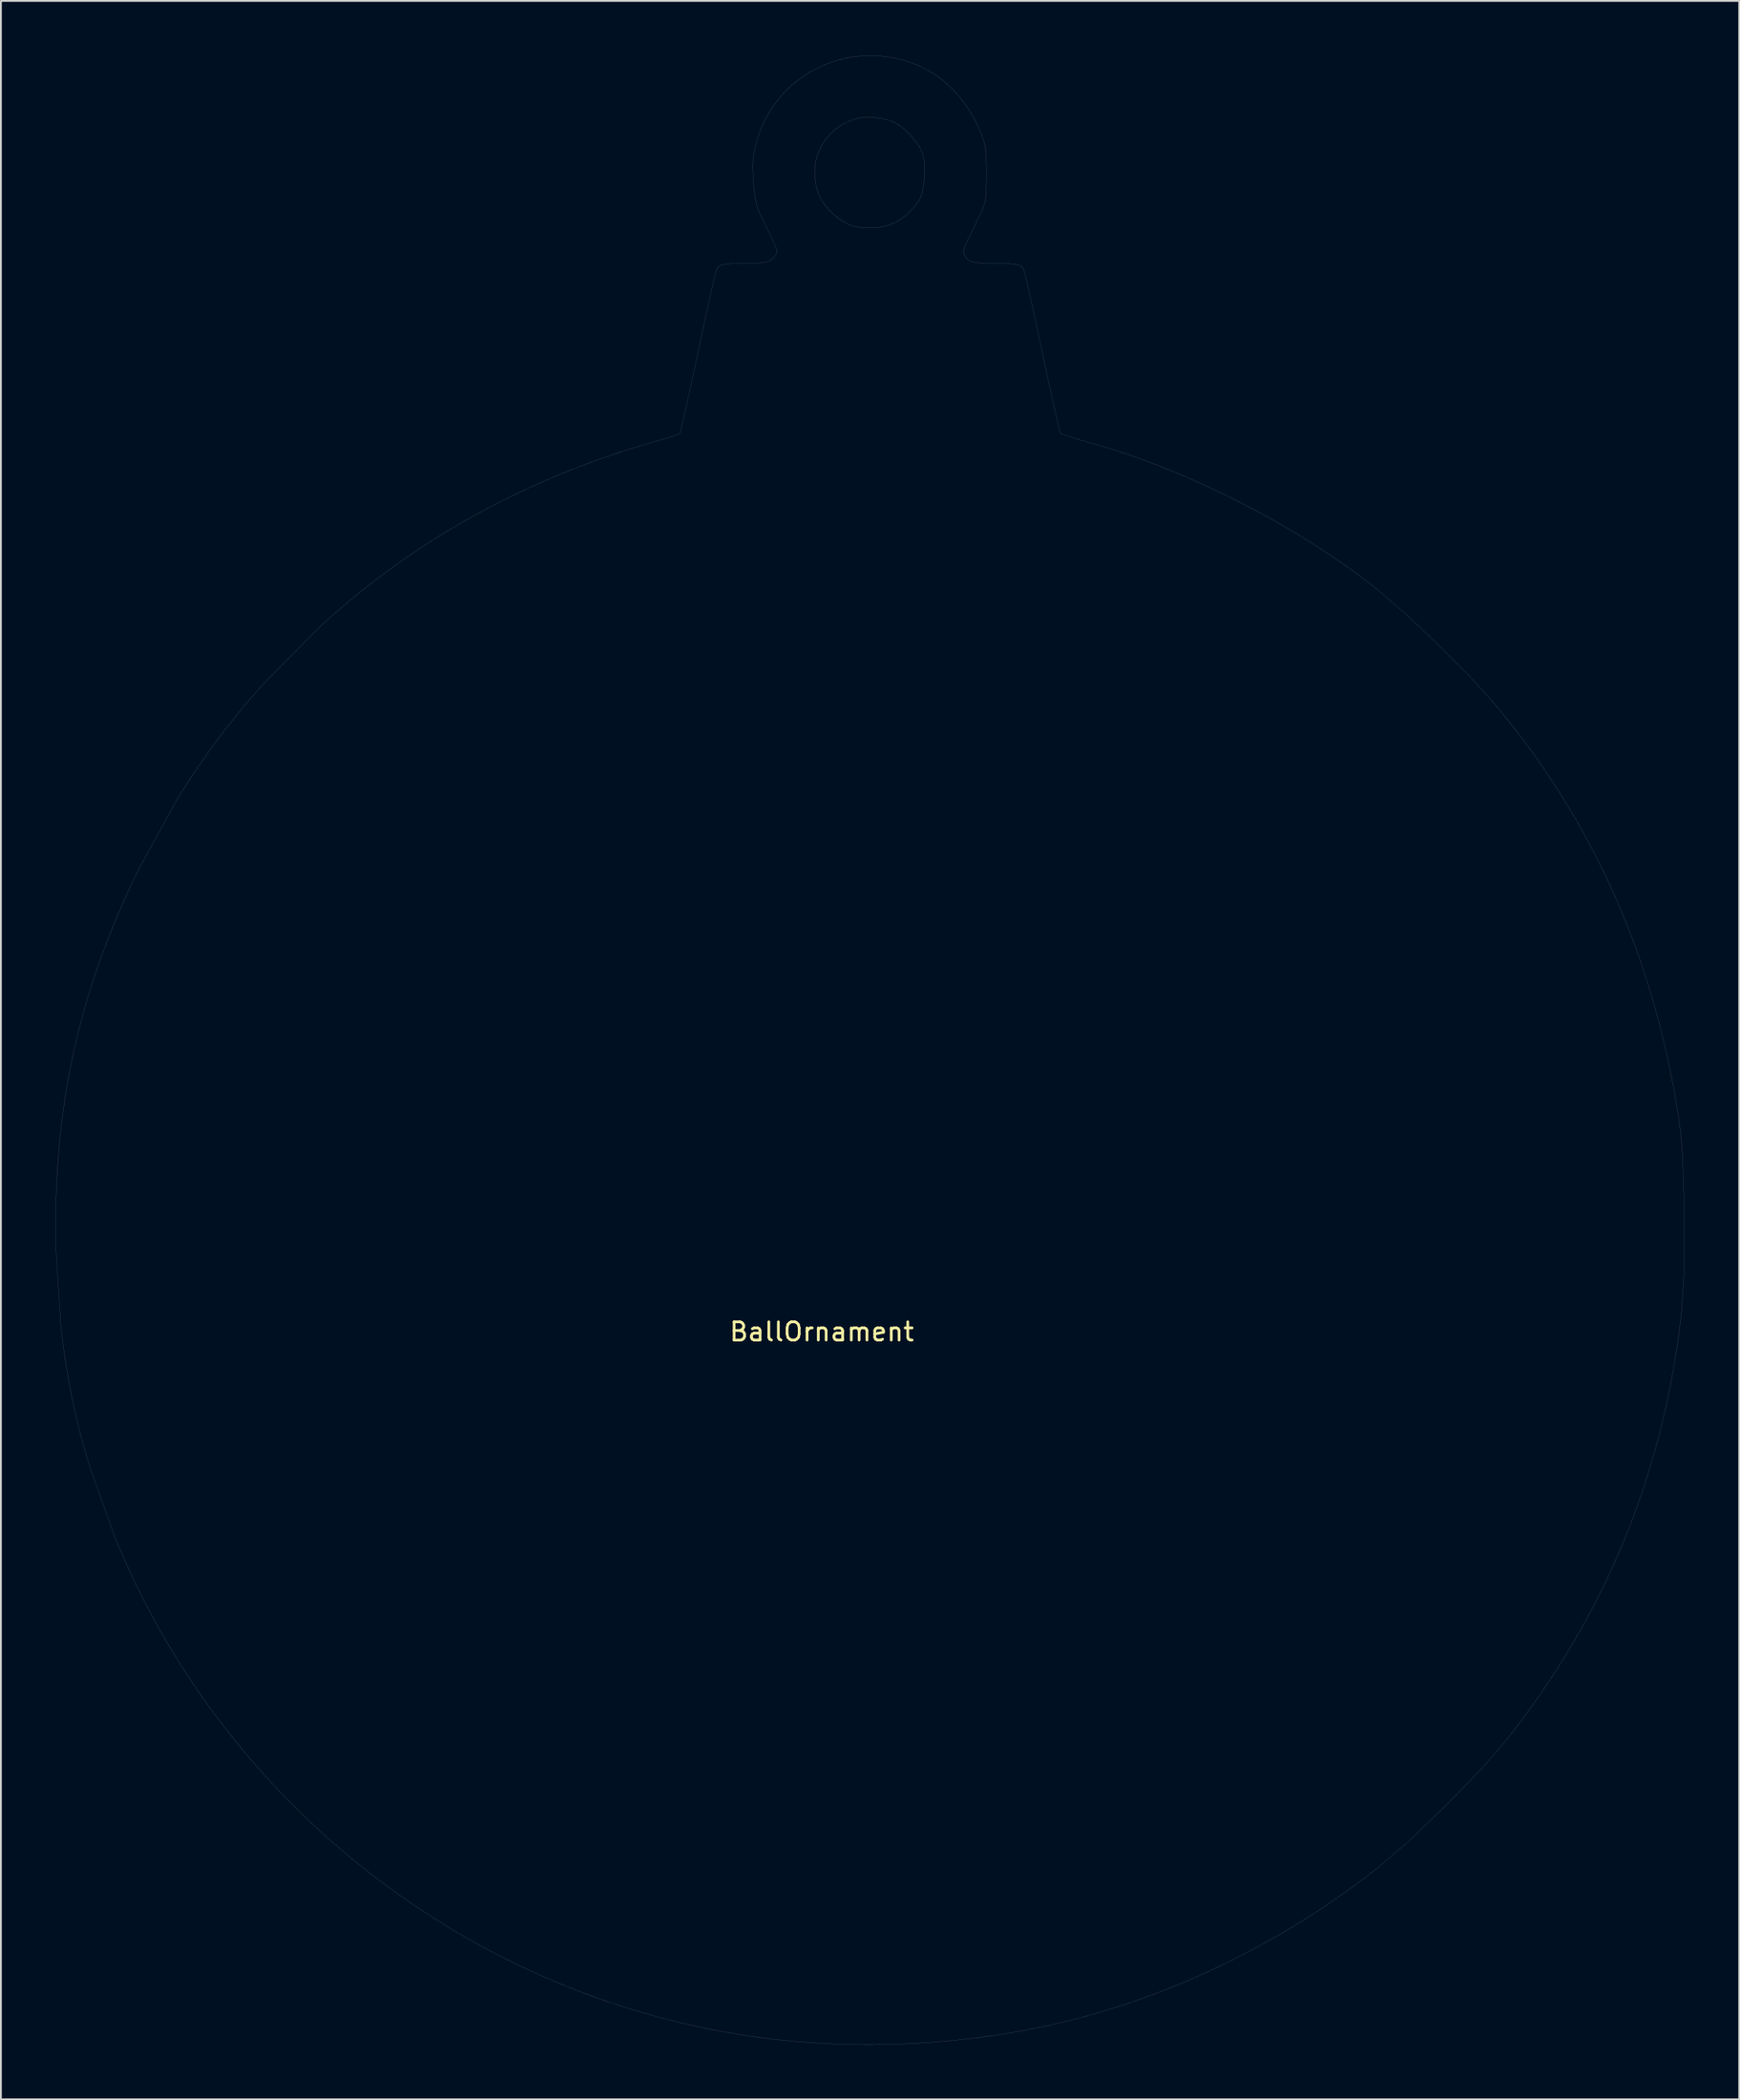
<source format=kicad_pcb>
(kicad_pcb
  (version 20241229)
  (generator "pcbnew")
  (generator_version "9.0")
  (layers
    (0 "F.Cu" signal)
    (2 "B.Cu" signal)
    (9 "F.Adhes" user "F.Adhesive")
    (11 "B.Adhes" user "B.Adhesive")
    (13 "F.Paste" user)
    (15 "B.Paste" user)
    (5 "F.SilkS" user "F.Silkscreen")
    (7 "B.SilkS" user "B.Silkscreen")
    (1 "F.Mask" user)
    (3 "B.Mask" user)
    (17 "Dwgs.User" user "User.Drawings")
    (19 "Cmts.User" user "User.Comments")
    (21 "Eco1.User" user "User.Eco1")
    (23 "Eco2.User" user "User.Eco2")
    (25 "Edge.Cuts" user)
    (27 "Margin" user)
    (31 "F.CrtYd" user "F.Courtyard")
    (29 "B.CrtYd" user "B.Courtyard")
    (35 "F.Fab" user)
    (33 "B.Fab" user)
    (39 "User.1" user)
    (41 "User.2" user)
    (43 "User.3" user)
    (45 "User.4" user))
  (footprint "BallOrnament"
    (layer "F.Cu")
    (at 42.02 69.467)
    (property "Reference" "BallOrnament" (at 0 0.5 0) (layer "F.SilkS") (effects (font (size 1 1) (thickness 0.15))))
    (attr through_hole)
    (fp_line (start -41.729 0.191) (end -42.002 -4.002) (stroke (width 0.004) (type solid)) (layer "Edge.Cuts"))
    (fp_line (start -38.8 11.682) (end -40.164 7.856) (stroke (width 0.004) (type solid)) (layer "Edge.Cuts"))
    (fp_line (start -37.468 -24.843) (end -35.422 -28.577) (stroke (width 0.004) (type solid)) (layer "Edge.Cuts"))
    (fp_line (start -30.575 -35.073) (end -27.571 -38.107) (stroke (width 0.004) (type solid)) (layer "Edge.Cuts"))
    (fp_line (start -8.821 -48.403) (end -8.468 -48.506) (stroke (width 0.004) (type solid)) (layer "Edge.Cuts"))
    (fp_line (start -8.468 -48.506) (end -8.151 -48.609) (stroke (width 0.004) (type solid)) (layer "Edge.Cuts"))
    (fp_line (start -8.151 -48.609) (end -7.891 -48.704) (stroke (width 0.004) (type solid)) (layer "Edge.Cuts"))
    (fp_line (start -7.748 -48.857) (end -7.462 -50.097) (stroke (width 0.004) (type solid)) (layer "Edge.Cuts"))
    (fp_line (start -7.462 -50.097) (end -7.147 -51.513) (stroke (width 0.004) (type solid)) (layer "Edge.Cuts"))
    (fp_line (start -7.147 -51.513) (end -6.795 -53.173) (stroke (width 0.004) (type solid)) (layer "Edge.Cuts"))
    (fp_line (start -6.795 -53.173) (end -6.439 -54.847) (stroke (width 0.004) (type solid)) (layer "Edge.Cuts"))
    (fp_line (start -6.439 -54.847) (end -6.115 -56.304) (stroke (width 0.004) (type solid)) (layer "Edge.Cuts"))
    (fp_line (start -6.115 -56.304) (end -5.827 -57.55) (stroke (width 0.004) (type solid)) (layer "Edge.Cuts"))
    (fp_line (start -5.024 -58.058) (end -4.29 -58.068) (stroke (width 0.004) (type solid)) (layer "Edge.Cuts"))
    (fp_line (start -4.29 -58.068) (end -3.635 -58.08) (stroke (width 0.004) (type solid)) (layer "Edge.Cuts"))
    (fp_line (start -3.756 -62.6) (end -3.782 -63.305) (stroke (width 0.004) (type solid)) (layer "Edge.Cuts"))
    (fp_line (start -3.688 -61.857) (end -3.756 -62.6) (stroke (width 0.004) (type solid)) (layer "Edge.Cuts"))
    (fp_line (start -3.674 -64.341) (end -3.514 -64.94) (stroke (width 0.004) (type solid)) (layer "Edge.Cuts"))
    (fp_line (start -3.061 -60.106) (end -3.398 -60.816) (stroke (width 0.004) (type solid)) (layer "Edge.Cuts"))
    (fp_line (start -2.825 -59.629) (end -3.061 -60.106) (stroke (width 0.004) (type solid)) (layer "Edge.Cuts"))
    (fp_line (start -2.626 -59.201) (end -2.825 -59.629) (stroke (width 0.004) (type solid)) (layer "Edge.Cuts"))
    (fp_line (start -2.468 -58.838) (end -2.626 -59.201) (stroke (width 0.004) (type solid)) (layer "Edge.Cuts"))
    (fp_line (start 8.392 -60.15) (end 7.936 -59.225) (stroke (width 0.004) (type solid)) (layer "Edge.Cuts"))
    (fp_line (start 8.59 -65.542) (end 8.832 -64.954) (stroke (width 0.004) (type solid)) (layer "Edge.Cuts"))
    (fp_line (start 8.786 -60.968) (end 8.392 -60.15) (stroke (width 0.004) (type solid)) (layer "Edge.Cuts"))
    (fp_line (start 8.894 -58.079) (end 9.56 -58.068) (stroke (width 0.004) (type solid)) (layer "Edge.Cuts"))
    (fp_line (start 9.012 -63.939) (end 9.028 -63) (stroke (width 0.004) (type solid)) (layer "Edge.Cuts"))
    (fp_line (start 9.028 -63) (end 9.013 -61.974) (stroke (width 0.004) (type solid)) (layer "Edge.Cuts"))
    (fp_line (start 9.56 -58.068) (end 10.307 -58.059) (stroke (width 0.004) (type solid)) (layer "Edge.Cuts"))
    (fp_line (start 11.126 -57.569) (end 11.414 -56.321) (stroke (width 0.004) (type solid)) (layer "Edge.Cuts"))
    (fp_line (start 11.414 -56.321) (end 11.739 -54.863) (stroke (width 0.004) (type solid)) (layer "Edge.Cuts"))
    (fp_line (start 11.739 -54.863) (end 12.095 -53.187) (stroke (width 0.004) (type solid)) (layer "Edge.Cuts"))
    (fp_line (start 12.095 -53.187) (end 12.449 -51.522) (stroke (width 0.004) (type solid)) (layer "Edge.Cuts"))
    (fp_line (start 12.449 -51.522) (end 12.766 -50.103) (stroke (width 0.004) (type solid)) (layer "Edge.Cuts"))
    (fp_line (start 12.766 -50.103) (end 13.054 -48.86) (stroke (width 0.004) (type solid)) (layer "Edge.Cuts"))
    (fp_line (start 13.207 -48.702) (end 13.614 -48.567) (stroke (width 0.004) (type solid)) (layer "Edge.Cuts"))
    (fp_line (start 13.614 -48.567) (end 14.1 -48.415) (stroke (width 0.004) (type solid)) (layer "Edge.Cuts"))
    (fp_line (start 14.1 -48.415) (end 14.654 -48.256) (stroke (width 0.004) (type solid)) (layer "Edge.Cuts"))
    (fp_line (start 30.554 -40.124) (end 31.952 -38.924) (stroke (width 0.004) (type solid)) (layer "Edge.Cuts"))
    (fp_line (start 31.952 -38.924) (end 33.749 -37.225) (stroke (width 0.004) (type solid)) (layer "Edge.Cuts"))
    (fp_line (start 32.152 28.467) (end 30.554 29.839) (stroke (width 0.004) (type solid)) (layer "Edge.Cuts"))
    (fp_line (start 33.749 -37.225) (end 35.504 -35.466) (stroke (width 0.004) (type solid)) (layer "Edge.Cuts"))
    (fp_line (start 34.196 26.503) (end 32.152 28.467) (stroke (width 0.004) (type solid)) (layer "Edge.Cuts"))
    (fp_line (start 35.504 -35.466) (end 36.775 -34.068) (stroke (width 0.004) (type solid)) (layer "Edge.Cuts"))
    (fp_line (start 36.164 24.483) (end 34.196 26.503) (stroke (width 0.004) (type solid)) (layer "Edge.Cuts"))
    (fp_line (start 37.507 22.932) (end 36.164 24.483) (stroke (width 0.004) (type solid)) (layer "Edge.Cuts"))
    (fp_line (start 47.211 -9.046) (end 47.312 -6.001) (stroke (width 0.004) (type solid)) (layer "Edge.Cuts"))
    (fp_line (start 47.301 -2.921) (end 47.153 -0.618) (stroke (width 0.004) (type solid)) (layer "Edge.Cuts"))
    (fp_line (start 47.312 -6.001) (end 47.301 -2.921) (stroke (width 0.004) (type solid)) (layer "Edge.Cuts"))
    (fp_arc (start -42.002092 -4.002493) (mid -41.99507 -6.777361) (end -41.833978 -9.547558) (stroke (width 0.0045) (type solid)) (layer "Edge.Cuts"))
    (fp_arc (start -41.833977 -9.547558) (mid -41.522781 -12.17365) (end -41.043821 -14.774381) (stroke (width 0.0045) (type solid)) (layer "Edge.Cuts"))
    (fp_arc (start -41.128081 4.084906) (mid -41.475509 2.145368) (end -41.728935 0.191324) (stroke (width 0.0045) (type solid)) (layer "Edge.Cuts"))
    (fp_arc (start -41.043822 -14.774381) (mid -40.40246 -17.323088) (end -39.59783 -19.825051) (stroke (width 0.0045) (type solid)) (layer "Edge.Cuts"))
    (fp_arc (start -40.163752 7.856104) (mid -40.692082 5.98231) (end -41.128081 4.084906) (stroke (width 0.0045) (type solid)) (layer "Edge.Cuts"))
    (fp_arc (start -39.597829 -19.825051) (mid -38.60569 -22.364858) (end -37.468291 -24.84302) (stroke (width 0.0045) (type solid)) (layer "Edge.Cuts"))
    (fp_arc (start -35.421592 -28.577318) (mid -34.33068 -30.287196) (end -33.157697 -31.94185) (stroke (width 0.0045) (type solid)) (layer "Edge.Cuts"))
    (fp_arc (start -33.236843 21.555052) (mid -36.333838 16.796237) (end -38.800022 11.68198) (stroke (width 0.0045) (type solid)) (layer "Edge.Cuts"))
    (fp_arc (start -33.157696 -31.94185) (mid -31.904311 -33.538864) (end -30.574633 -35.072939) (stroke (width 0.0045) (type solid)) (layer "Edge.Cuts"))
    (fp_arc (start -27.570676 -38.107152) (mid -25.576924 -39.845948) (end -23.4782 -41.456482) (stroke (width 0.0045) (type solid)) (layer "Edge.Cuts"))
    (fp_arc (start -25.34687 29.737175) (mid -29.550935 25.895942) (end -33.236843 21.555053) (stroke (width 0.0045) (type solid)) (layer "Edge.Cuts"))
    (fp_arc (start -23.4782 -41.456482) (mid -21.258812 -42.951963) (end -18.953025 -44.310453) (stroke (width 0.0045) (type solid)) (layer "Edge.Cuts"))
    (fp_arc (start -18.953025 -44.310453) (mid -16.5351 -45.545799) (end -14.047856 -46.634864) (stroke (width 0.0045) (type solid)) (layer "Edge.Cuts"))
    (fp_arc (start -15.666104 35.679245) (mid -20.694776 33.014969) (end -25.34687 29.737175) (stroke (width 0.0045) (type solid)) (layer "Edge.Cuts"))
    (fp_arc (start -14.047856 -46.634864) (mid -11.459361 -47.593012) (end -8.820676 -48.402761) (stroke (width 0.0045) (type solid)) (layer "Edge.Cuts"))
    (fp_arc (start -7.806395 -48.756408) (mid -7.846369 -48.726099) (end -7.891355 -48.703901) (stroke (width 0.0045) (type solid)) (layer "Edge.Cuts"))
    (fp_arc (start -7.747862 -48.856924) (mid -7.769545 -48.80225) (end -7.806395 -48.756408) (stroke (width 0.0045) (type solid)) (layer "Edge.Cuts"))
    (fp_arc (start -5.826657 -57.549692) (mid -5.791304 -57.665938) (end -5.741094 -57.776581) (stroke (width 0.0045) (type solid)) (layer "Edge.Cuts"))
    (fp_arc (start -5.741094 -57.776581) (mid -5.680295 -57.862416) (end -5.600163 -57.930556) (stroke (width 0.0045) (type solid)) (layer "Edge.Cuts"))
    (fp_arc (start -5.600163 -57.930556) (mid -5.49818 -57.98422) (end -5.38787 -58.017568) (stroke (width 0.0045) (type solid)) (layer "Edge.Cuts"))
    (fp_arc (start -5.38787 -58.017568) (mid -5.206894 -58.045866) (end -5.024154 -58.058494) (stroke (width 0.0045) (type solid)) (layer "Edge.Cuts"))
    (fp_arc (start -4.845676 38.976359) (mid -10.361666 37.674937) (end -15.666104 35.679245) (stroke (width 0.0045) (type solid)) (layer "Edge.Cuts"))
    (fp_arc (start -3.781833 -63.305301) (mid -3.777298 -63.57236) (end -3.757498 -63.838722) (stroke (width 0.0045) (type solid)) (layer "Edge.Cuts"))
    (fp_arc (start -3.757498 -63.838723) (mid -3.72356 -64.091154) (end -3.674132 -64.341014) (stroke (width 0.0045) (type solid)) (layer "Edge.Cuts"))
    (fp_arc (start -3.583216 -61.330498) (mid -3.645408 -61.591595) (end -3.687673 -61.856649) (stroke (width 0.0045) (type solid)) (layer "Edge.Cuts"))
    (fp_arc (start -3.514332 -64.940487) (mid -3.027515 -66.10718) (end -2.317751 -67.153315) (stroke (width 0.0045) (type solid)) (layer "Edge.Cuts"))
    (fp_arc (start -3.398411 -60.816062) (mid -3.50023 -61.069898) (end -3.583216 -61.330499) (stroke (width 0.0045) (type solid)) (layer "Edge.Cuts"))
    (fp_arc (start -3.210766 -58.120647) (mid -3.42233 -58.093731) (end -3.635136 -58.07968) (stroke (width 0.0045) (type solid)) (layer "Edge.Cuts"))
    (fp_arc (start -2.920814 -58.195415) (mid -3.064003 -58.151102) (end -3.210766 -58.120647) (stroke (width 0.0045) (type solid)) (layer "Edge.Cuts"))
    (fp_arc (start -2.719987 -58.316268) (mid -2.814526 -58.246079) (end -2.920814 -58.195415) (stroke (width 0.0045) (type solid)) (layer "Edge.Cuts"))
    (fp_arc (start -2.615006 -58.423361) (mid -2.665896 -58.368245) (end -2.719988 -58.316268) (stroke (width 0.0045) (type solid)) (layer "Edge.Cuts"))
    (fp_arc (start -2.526256 -58.539773) (mid -2.56876 -58.480141) (end -2.615006 -58.423361) (stroke (width 0.0045) (type solid)) (layer "Edge.Cuts"))
    (fp_arc (start -2.467985 -58.837782) (mid -2.45131 -58.784285) (end -2.445676 -58.728533) (stroke (width 0.0045) (type solid)) (layer "Edge.Cuts"))
    (fp_arc (start -2.463993 -58.648727) (mid -2.493273 -58.593192) (end -2.526255 -58.539773) (stroke (width 0.0045) (type solid)) (layer "Edge.Cuts"))
    (fp_arc (start -2.445676 -58.728533) (mid -2.450314 -58.687592) (end -2.463993 -58.648727) (stroke (width 0.0045) (type solid)) (layer "Edge.Cuts"))
    (fp_arc (start -2.317751 -67.153315) (mid -1.410919 -68.041598) (end -0.346803 -68.733733) (stroke (width 0.0045) (type solid)) (layer "Edge.Cuts"))
    (fp_arc (start -0.627 39.473447) (mid -2.742594 39.277999) (end -4.845676 38.976359) (stroke (width 0.0045) (type solid)) (layer "Edge.Cuts"))
    (fp_arc (start -0.378336 -63.215729) (mid -0.32606 -63.688605) (end -0.191974 -64.145075) (stroke (width 0.0045) (type solid)) (layer "Edge.Cuts"))
    (fp_arc (start -0.346803 -68.733733) (mid 0.842027 -69.207651) (end 2.100461 -69.440592) (stroke (width 0.0045) (type solid)) (layer "Edge.Cuts"))
    (fp_arc (start -0.333567 -62.482901) (mid -0.371225 -62.848381) (end -0.378336 -63.215728) (stroke (width 0.0045) (type solid)) (layer "Edge.Cuts"))
    (fp_arc (start -0.191975 -64.145074) (mid 0.023122 -64.586482) (end 0.305735 -64.988026) (stroke (width 0.0045) (type solid)) (layer "Edge.Cuts"))
    (fp_arc (start -0.163507 -61.863511) (mid -0.267705 -62.167944) (end -0.333567 -62.482902) (stroke (width 0.0045) (type solid)) (layer "Edge.Cuts"))
    (fp_arc (start 0.149712 -61.313559) (mid -0.024263 -61.578644) (end -0.163507 -61.86351) (stroke (width 0.0045) (type solid)) (layer "Edge.Cuts"))
    (fp_arc (start 0.305736 -64.988026) (mid 0.65311 -65.344971) (end 1.052086 -65.643127) (stroke (width 0.0045) (type solid)) (layer "Edge.Cuts"))
    (fp_arc (start 0.623515 -60.789388) (mid 0.374665 -61.040674) (end 0.149711 -61.313559) (stroke (width 0.0045) (type solid)) (layer "Edge.Cuts"))
    (fp_arc (start 1.052086 -65.643127) (mid 1.489509 -65.872254) (end 1.958053 -66.028155) (stroke (width 0.0045) (type solid)) (layer "Edge.Cuts"))
    (fp_arc (start 1.166592 -60.373162) (mid 0.885601 -60.568941) (end 0.623515 -60.789388) (stroke (width 0.0045) (type solid)) (layer "Edge.Cuts"))
    (fp_arc (start 1.70708 -60.128539) (mid 1.428374 -60.232156) (end 1.166591 -60.373162) (stroke (width 0.0045) (type solid)) (layer "Edge.Cuts"))
    (fp_arc (start 1.958052 -66.028156) (mid 2.193218 -66.071998) (end 2.431819 -66.089165) (stroke (width 0.0045) (type solid)) (layer "Edge.Cuts"))
    (fp_arc (start 2.100461 -69.440593) (mid 3.389267 -69.426117) (end 4.651569 -69.165685) (stroke (width 0.0045) (type solid)) (layer "Edge.Cuts"))
    (fp_arc (start 2.327216 -60.028473) (mid 2.01397 -60.058807) (end 1.707081 -60.128539) (stroke (width 0.0045) (type solid)) (layer "Edge.Cuts"))
    (fp_arc (start 2.43182 -66.089165) (mid 2.717551 -66.08413) (end 3.002318 -66.060147) (stroke (width 0.0045) (type solid)) (layer "Edge.Cuts"))
    (fp_arc (start 3.002318 -66.060147) (mid 3.2852 -66.017276) (end 3.564615 -65.955737) (stroke (width 0.0045) (type solid)) (layer "Edge.Cuts"))
    (fp_arc (start 3.118656 -60.053293) (mid 2.723335 -60.028128) (end 2.327215 -60.028473) (stroke (width 0.0045) (type solid)) (layer "Edge.Cuts"))
    (fp_arc (start 3.564615 -65.955736) (mid 3.793757 -65.883432) (end 4.013442 -65.786107) (stroke (width 0.0045) (type solid)) (layer "Edge.Cuts"))
    (fp_arc (start 3.698435 -60.184012) (mid 3.412667 -60.10037) (end 3.118656 -60.053293) (stroke (width 0.0045) (type solid)) (layer "Edge.Cuts"))
    (fp_arc (start 3.752576 39.565637) (mid 1.56173 39.569815) (end -0.627 39.473447) (stroke (width 0.0045) (type solid)) (layer "Edge.Cuts"))
    (fp_arc (start 4.013442 -65.786107) (mid 4.246001 -65.649864) (end 4.461482 -65.487956) (stroke (width 0.0045) (type solid)) (layer "Edge.Cuts"))
    (fp_arc (start 4.258822 -60.459291) (mid 3.986129 -60.306382) (end 3.698435 -60.184013) (stroke (width 0.0045) (type solid)) (layer "Edge.Cuts"))
    (fp_arc (start 4.461481 -65.487956) (mid 4.697057 -65.27431) (end 4.917104 -65.044703) (stroke (width 0.0045) (type solid)) (layer "Edge.Cuts"))
    (fp_arc (start 4.651569 -69.165685) (mid 5.276447 -68.93355) (end 5.871395 -68.63289) (stroke (width 0.0045) (type solid)) (layer "Edge.Cuts"))
    (fp_arc (start 4.78421 -60.872456) (mid 4.531947 -60.652609) (end 4.258822 -60.45929) (stroke (width 0.0045) (type solid)) (layer "Edge.Cuts"))
    (fp_arc (start 4.917105 -65.044703) (mid 5.116668 -64.804809) (end 5.298841 -64.551456) (stroke (width 0.0045) (type solid)) (layer "Edge.Cuts"))
    (fp_arc (start 5.259901 -61.412186) (mid 5.033003 -61.132673) (end 4.784211 -60.872456) (stroke (width 0.0045) (type solid)) (layer "Edge.Cuts"))
    (fp_arc (start 5.29884 -64.551456) (mid 5.423488 -64.334162) (end 5.517828 -64.102099) (stroke (width 0.0045) (type solid)) (layer "Edge.Cuts"))
    (fp_arc (start 5.489156 -61.898858) (mid 5.399078 -61.643958) (end 5.259901 -61.412187) (stroke (width 0.0045) (type solid)) (layer "Edge.Cuts"))
    (fp_arc (start 5.517828 -64.102099) (mid 5.598752 -63.786926) (end 5.636556 -63.463733) (stroke (width 0.0045) (type solid)) (layer "Edge.Cuts"))
    (fp_arc (start 5.617839 -62.660522) (mid 5.56717 -62.27738) (end 5.489156 -61.898858) (stroke (width 0.0045) (type solid)) (layer "Edge.Cuts"))
    (fp_arc (start 5.636557 -63.463732) (mid 5.641722 -63.061789) (end 5.61784 -62.660522) (stroke (width 0.0045) (type solid)) (layer "Edge.Cuts"))
    (fp_arc (start 5.871396 -68.63289) (mid 6.433252 -68.265585) (end 6.951425 -67.838863) (stroke (width 0.0045) (type solid)) (layer "Edge.Cuts"))
    (fp_arc (start 6.951425 -67.838863) (mid 7.435523 -67.343501) (end 7.864468 -66.79968) (stroke (width 0.0045) (type solid)) (layer "Edge.Cuts"))
    (fp_arc (start 7.79864 -58.825222) (mid 7.855631 -59.0292) (end 7.935908 -59.225186) (stroke (width 0.0045) (type solid)) (layer "Edge.Cuts"))
    (fp_arc (start 7.821009 -58.559574) (mid 7.789866 -58.690717) (end 7.798641 -58.825222) (stroke (width 0.0045) (type solid)) (layer "Edge.Cuts"))
    (fp_arc (start 7.864467 -66.79968) (mid 8.256079 -66.187275) (end 8.589911 -65.541554) (stroke (width 0.0045) (type solid)) (layer "Edge.Cuts"))
    (fp_arc (start 7.990038 -58.303734) (mid 7.892589 -58.423108) (end 7.821008 -58.559573) (stroke (width 0.0045) (type solid)) (layer "Edge.Cuts"))
    (fp_arc (start 8.13584 39.255504) (mid 5.947757 39.46074) (end 3.752575 39.565638) (stroke (width 0.0045) (type solid)) (layer "Edge.Cuts"))
    (fp_arc (start 8.173031 -58.189504) (mid 8.075014 -58.236173) (end 7.990038 -58.303734) (stroke (width 0.0045) (type solid)) (layer "Edge.Cuts"))
    (fp_arc (start 8.462229 -58.118772) (mid 8.316023 -58.147567) (end 8.173031 -58.189504) (stroke (width 0.0045) (type solid)) (layer "Edge.Cuts"))
    (fp_arc (start 8.832225 -64.954086) (mid 8.904774 -64.724471) (end 8.956329 -64.489252) (stroke (width 0.0045) (type solid)) (layer "Edge.Cuts"))
    (fp_arc (start 8.893504 -58.079251) (mid 8.677296 -58.092792) (end 8.462228 -58.118772) (stroke (width 0.0045) (type solid)) (layer "Edge.Cuts"))
    (fp_arc (start 8.947213 -61.450246) (mid 8.878922 -61.204983) (end 8.785532 -60.968137) (stroke (width 0.0045) (type solid)) (layer "Edge.Cuts"))
    (fp_arc (start 8.956329 -64.489252) (mid 8.993822 -64.215335) (end 9.012281 -63.939481) (stroke (width 0.0045) (type solid)) (layer "Edge.Cuts"))
    (fp_arc (start 9.012947 -61.974365) (mid 8.992509 -61.710746) (end 8.947213 -61.450245) (stroke (width 0.0045) (type solid)) (layer "Edge.Cuts"))
    (fp_arc (start 10.306671 -58.058542) (mid 10.496118 -58.046091) (end 10.683951 -58.018444) (stroke (width 0.0045) (type solid)) (layer "Edge.Cuts"))
    (fp_arc (start 10.68395 -58.018444) (mid 10.797563 -57.986415) (end 10.903774 -57.934906) (stroke (width 0.0045) (type solid)) (layer "Edge.Cuts"))
    (fp_arc (start 10.903774 -57.934905) (mid 10.9836 -57.871036) (end 11.04352 -57.788205) (stroke (width 0.0045) (type solid)) (layer "Edge.Cuts"))
    (fp_arc (start 11.04352 -57.788205) (mid 11.091928 -57.681487) (end 11.125972 -57.569356) (stroke (width 0.0045) (type solid)) (layer "Edge.Cuts"))
    (fp_arc (start 12.365622 38.548373) (mid 10.259437 38.954014) (end 8.13584 39.255504) (stroke (width 0.0045) (type solid)) (layer "Edge.Cuts"))
    (fp_arc (start 13.113302 -48.758127) (mid 13.075901 -48.804687) (end 13.05386 -48.860193) (stroke (width 0.0045) (type solid)) (layer "Edge.Cuts"))
    (fp_arc (start 13.207101 -48.702294) (mid 13.157291 -48.725321) (end 13.113302 -48.758127) (stroke (width 0.0045) (type solid)) (layer "Edge.Cuts"))
    (fp_arc (start 14.654323 -48.256324) (mid 16.733828 -47.617636) (end 18.77482 -46.864896) (stroke (width 0.0045) (type solid)) (layer "Edge.Cuts"))
    (fp_arc (start 17.165792 37.196827) (mid 14.785842 37.94411) (end 12.365622 38.548372) (stroke (width 0.0045) (type solid)) (layer "Edge.Cuts"))
    (fp_arc (start 18.77482 -46.864897) (mid 20.904242 -45.954657) (end 22.989665 -44.94769) (stroke (width 0.0045) (type solid)) (layer "Edge.Cuts"))
    (fp_arc (start 21.866132 35.263031) (mid 19.543177 36.296079) (end 17.165792 37.196827) (stroke (width 0.0045) (type solid)) (layer "Edge.Cuts"))
    (fp_arc (start 22.989665 -44.94769) (mid 25.027123 -43.845897) (end 27.011899 -42.651809) (stroke (width 0.0045) (type solid)) (layer "Edge.Cuts"))
    (fp_arc (start 26.362759 32.79281) (mid 24.148886 34.090615) (end 21.866131 35.263031) (stroke (width 0.0045) (type solid)) (layer "Edge.Cuts"))
    (fp_arc (start 27.0119 -42.651809) (mid 28.818045 -41.436773) (end 30.554324 -40.123836) (stroke (width 0.0045) (type solid)) (layer "Edge.Cuts"))
    (fp_arc (start 30.554324 29.838633) (mid 28.49979 31.374246) (end 26.36276 32.79281) (stroke (width 0.0045) (type solid)) (layer "Edge.Cuts"))
    (fp_arc (start 36.774789 -34.06802) (mid 38.721078 -31.610597) (end 40.487595 -29.020927) (stroke (width 0.0045) (type solid)) (layer "Edge.Cuts"))
    (fp_arc (start 40.487596 -29.020927) (mid 42.064157 -26.313805) (end 43.443717 -23.501179) (stroke (width 0.0045) (type solid)) (layer "Edge.Cuts"))
    (fp_arc (start 41.185587 17.588324) (mid 39.438917 20.323799) (end 37.507318 22.931981) (stroke (width 0.0045) (type solid)) (layer "Edge.Cuts"))
    (fp_arc (start 43.443717 -23.501179) (mid 44.635156 -20.562045) (end 45.616861 -17.54637) (stroke (width 0.0045) (type solid)) (layer "Edge.Cuts"))
    (fp_arc (start 44.028275 11.868167) (mid 42.710598 14.779763) (end 41.185587 17.588323) (stroke (width 0.0045) (type solid)) (layer "Edge.Cuts"))
    (fp_arc (start 45.616861 -17.54637) (mid 46.410069 -14.396903) (end 46.995215 -11.202232) (stroke (width 0.0045) (type solid)) (layer "Edge.Cuts"))
    (fp_arc (start 46.01791 5.790707) (mid 45.133097 8.86545) (end 44.028275 11.868167) (stroke (width 0.0045) (type solid)) (layer "Edge.Cuts"))
    (fp_arc (start 46.995215 -11.202232) (mid 47.129318 -10.12683) (end 47.210995 -9.046182) (stroke (width 0.0045) (type solid)) (layer "Edge.Cuts"))
    (fp_arc (start 47.153341 -0.61802) (mid 46.695679 2.605842) (end 46.01791 5.790707) (stroke (width 0.0045) (type solid)) (layer "Edge.Cuts")))
  (gr_rect
    (start -3 -3)
    (end 92.334 112.05)
    (stroke (width 0.1) (type default))
    (fill no)
    (layer "Edge.Cuts")))
</source>
